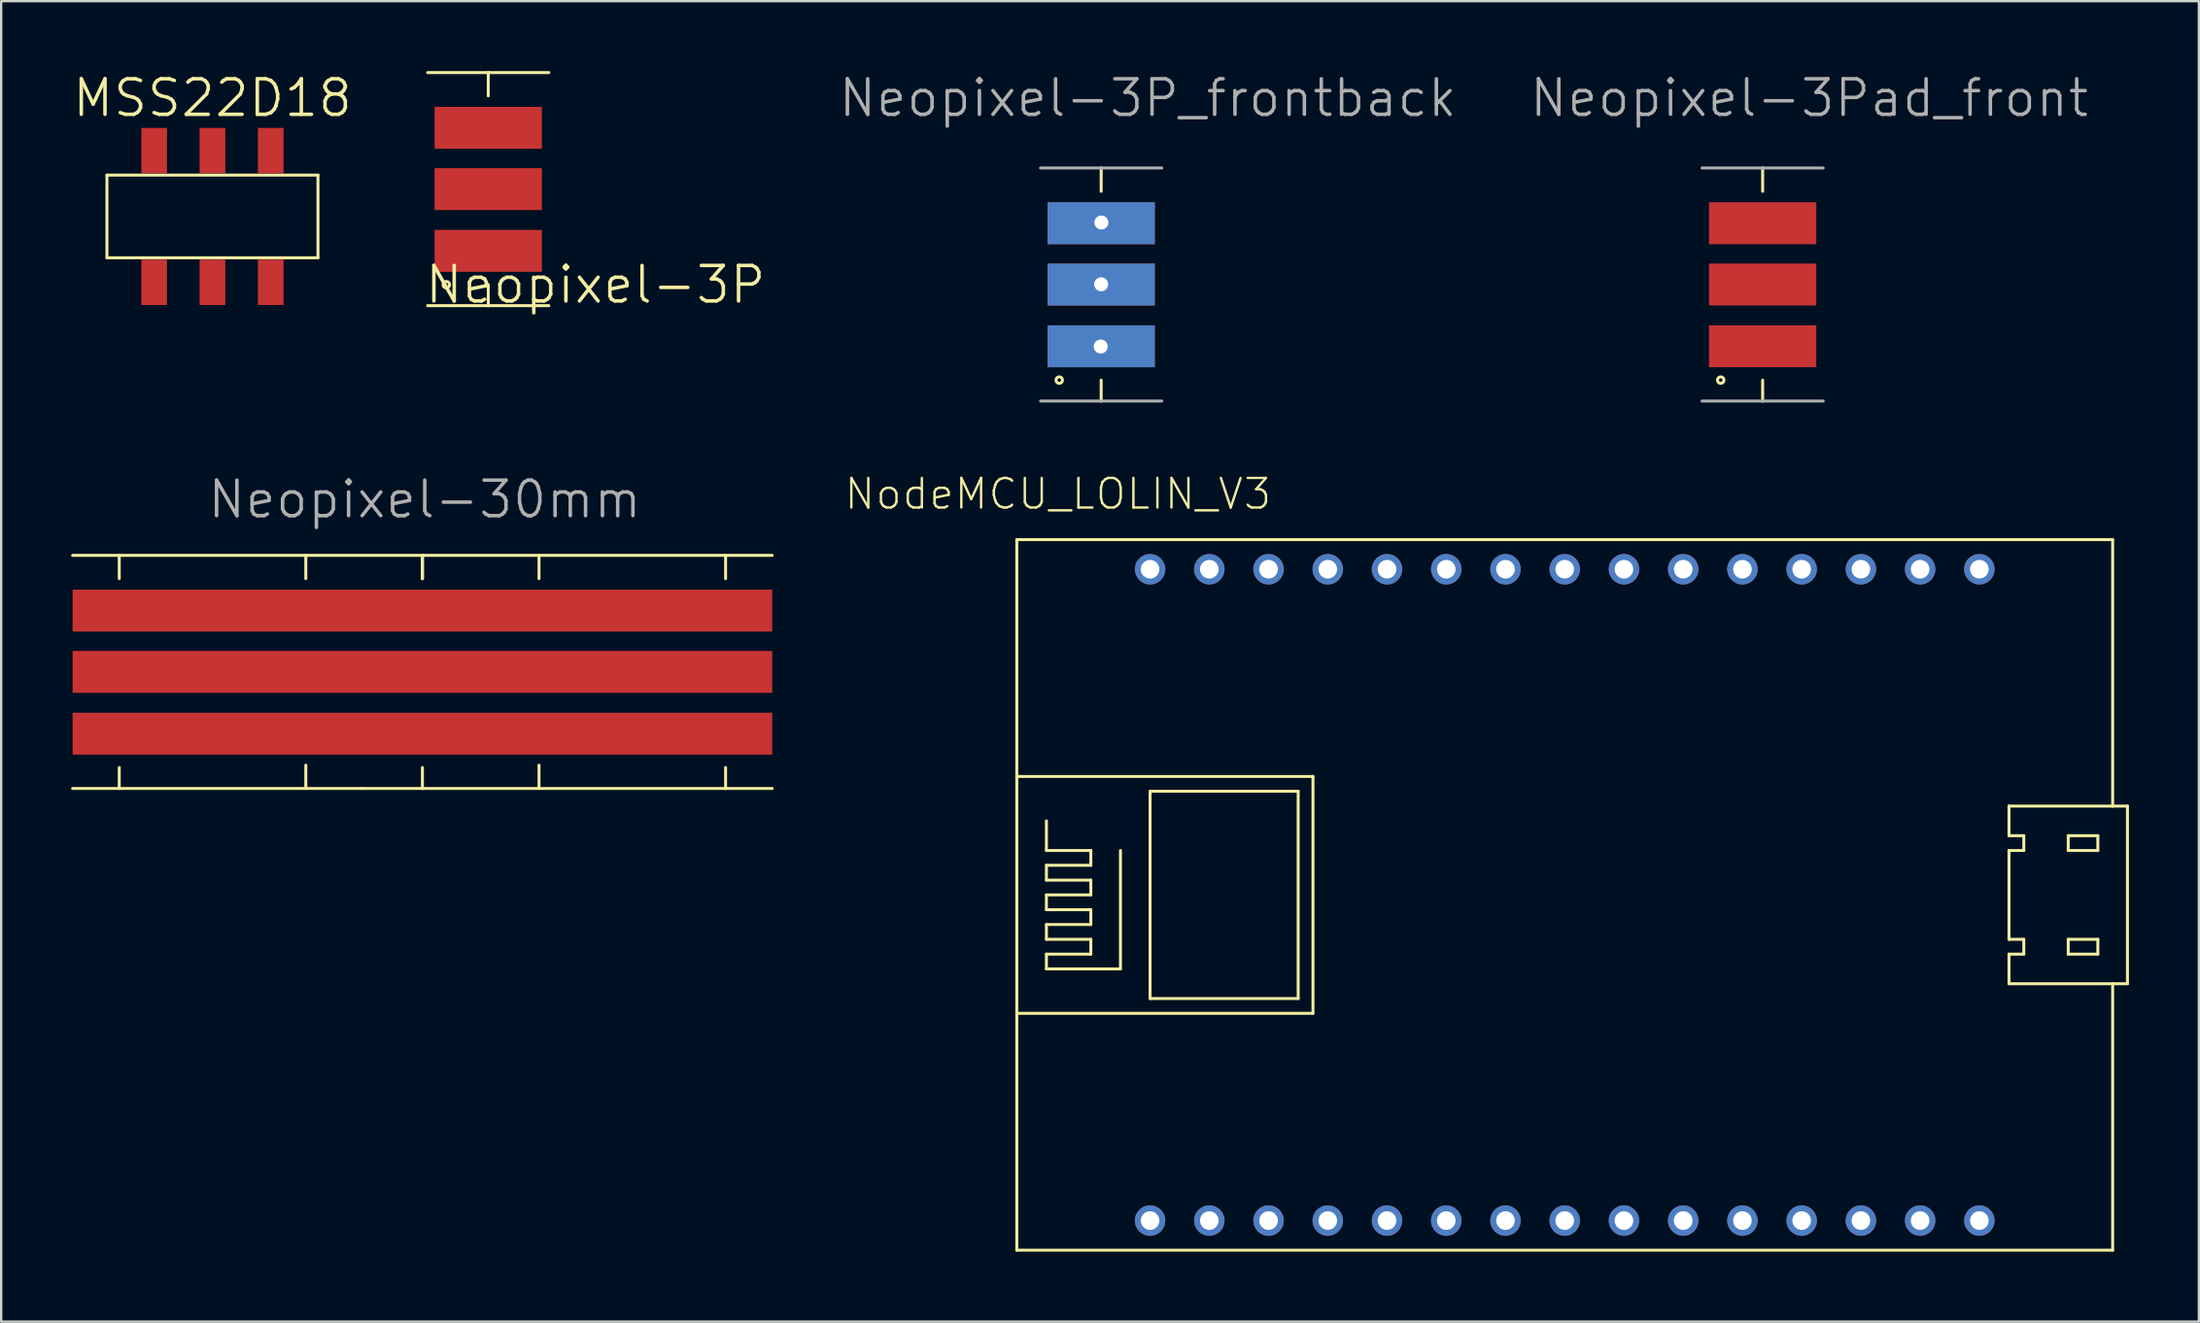
<source format=kicad_pcb>
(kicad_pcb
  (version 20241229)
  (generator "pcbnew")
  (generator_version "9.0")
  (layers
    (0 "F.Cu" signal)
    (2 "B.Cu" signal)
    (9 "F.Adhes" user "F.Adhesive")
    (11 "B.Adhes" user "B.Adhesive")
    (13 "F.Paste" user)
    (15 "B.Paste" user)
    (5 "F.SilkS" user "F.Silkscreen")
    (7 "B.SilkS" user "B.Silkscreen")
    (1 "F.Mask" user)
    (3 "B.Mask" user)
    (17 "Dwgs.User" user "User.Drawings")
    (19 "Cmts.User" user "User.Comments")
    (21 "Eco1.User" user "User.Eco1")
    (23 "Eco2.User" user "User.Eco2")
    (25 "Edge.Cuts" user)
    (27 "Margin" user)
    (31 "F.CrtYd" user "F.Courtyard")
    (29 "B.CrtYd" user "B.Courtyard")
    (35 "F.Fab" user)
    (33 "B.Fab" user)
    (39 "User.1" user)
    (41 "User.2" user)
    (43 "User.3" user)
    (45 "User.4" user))
  (footprint "Neopixel-30mm"
    (layer "F.Cu")
    (at 15.063 25.772)
    (property "Reference" "Neopixel-30mm" (at 0.1 -7.4 0) (layer "F.Fab") (effects (font (size 1.524 1.524) (thickness 0.15))))
    (attr smd)
    (fp_line (start -15 5) (end -2.6 5) (stroke (width 0.127) (type solid)) (layer "F.SilkS"))
    (fp_line (start -14.998 -4.999) (end 15 -5) (stroke (width 0.127) (type solid)) (layer "F.SilkS"))
    (fp_line (start -13 -5.001) (end -13 -4) (stroke (width 0.127) (type solid)) (layer "F.SilkS"))
    (fp_line (start -13 4.1) (end -13 4.999) (stroke (width 0.127) (type solid)) (layer "F.SilkS"))
    (fp_line (start -5 -5) (end -5 -4) (stroke (width 0.127) (type solid)) (layer "F.SilkS"))
    (fp_line (start -5 4) (end -5 5) (stroke (width 0.127) (type solid)) (layer "F.SilkS"))
    (fp_line (start -2.6 5) (end -0.002 5) (stroke (width 0.127) (type solid)) (layer "F.SilkS"))
    (fp_line (start 0 -4.999) (end 0 -3.998) (stroke (width 0.127) (type solid)) (layer "F.SilkS"))
    (fp_line (start 0 -4.999) (end 0 -3.998) (stroke (width 0.127) (type solid)) (layer "F.SilkS"))
    (fp_line (start 0 4.101) (end 0 5) (stroke (width 0.127) (type solid)) (layer "F.SilkS"))
    (fp_line (start 0 5) (end 15 5) (stroke (width 0.127) (type solid)) (layer "F.SilkS"))
    (fp_line (start 5 -5) (end 5 -4) (stroke (width 0.127) (type solid)) (layer "F.SilkS"))
    (fp_line (start 5 4) (end 5 5) (stroke (width 0.127) (type solid)) (layer "F.SilkS"))
    (fp_line (start 13 -5) (end 13 -3.999) (stroke (width 0.127) (type solid)) (layer "F.SilkS"))
    (fp_line (start 13 4.101) (end 13 5) (stroke (width 0.127) (type solid)) (layer "F.SilkS"))
    (pad "1" smd rect (at 0 2.649 180) (size 30 1.798) (layers "F.Cu" "F.Mask" "F.Paste"))
    (pad "2" smd rect (at 0 0 180) (size 30 1.798) (layers "F.Cu" "F.Mask" "F.Paste"))
    (pad "3" smd rect (at 0 -2.629 180) (size 30 1.798) (layers "F.Cu" "F.Mask" "F.Paste")))
  (footprint "Neopixel-3P"
    (layer "F.Cu")
    (at 17.886 5.062)
    (property "Reference" "Neopixel-3P" (at 4.6 4.1 0) (layer "F.SilkS") (effects (font (size 1.524 1.524) (thickness 0.15))))
    (attr smd)
    (fp_line (start -2.598 -4.999) (end 0 -4.999) (stroke (width 0.127) (type solid)) (layer "F.SilkS"))
    (fp_line (start -2.598 4.999) (end 0 4.999) (stroke (width 0.127) (type solid)) (layer "F.SilkS"))
    (fp_line (start 0 -4.999) (end 0 -3.998) (stroke (width 0.127) (type solid)) (layer "F.SilkS"))
    (fp_line (start 0 -4.999) (end 2.598 -4.999) (stroke (width 0.127) (type solid)) (layer "F.SilkS"))
    (fp_line (start 0 4.1) (end 0 4.999) (stroke (width 0.127) (type solid)) (layer "F.SilkS"))
    (fp_line (start 0 4.999) (end 2.598 4.999) (stroke (width 0.127) (type solid)) (layer "F.SilkS"))
    (fp_circle (center -1.798 4.1) (end -1.798 3.96) (stroke (width 0.127) (type solid)) (fill no) (layer "F.SilkS"))
    (pad "1" smd rect (at 0 2.649 180) (size 4.6 1.798) (layers "F.Cu" "F.Mask" "F.Paste"))
    (pad "2" smd rect (at 0 0 180) (size 4.6 1.798) (layers "F.Cu" "F.Mask" "F.Paste"))
    (pad "3" smd rect (at 0 -2.629 180) (size 4.6 1.798) (layers "F.Cu" "F.Mask" "F.Paste")))
  (footprint "Neopixel-3Pad_front"
    (layer "F.Cu")
    (at 72.532 9.155)
    (property "Reference" "Neopixel-3Pad_front" (at 2 -8 0) (layer "F.Fab") (effects (font (size 1.524 1.524) (thickness 0.15))))
    (attr smd)
    (fp_line (start 0 -4.999) (end 0 -3.998) (stroke (width 0.127) (type solid)) (layer "F.SilkS"))
    (fp_line (start 0 4.1) (end 0 4.999) (stroke (width 0.127) (type solid)) (layer "F.SilkS"))
    (fp_circle (center -1.798 4.1) (end -1.798 3.96) (stroke (width 0.127) (type solid)) (fill no) (layer "F.SilkS"))
    (fp_line (start -2.598 -4.999) (end 0 -4.999) (stroke (width 0.127) (type solid)) (layer "F.Fab"))
    (fp_line (start -2.598 4.999) (end 0 4.999) (stroke (width 0.127) (type solid)) (layer "F.Fab"))
    (fp_line (start 0 -4.999) (end 2.598 -4.999) (stroke (width 0.127) (type solid)) (layer "F.Fab"))
    (fp_line (start 0 4.999) (end 2.598 4.999) (stroke (width 0.127) (type solid)) (layer "F.Fab"))
    (pad "1" smd rect (at 0 2.649 180) (size 4.6 1.798) (layers "F.Cu" "F.Mask" "F.Paste"))
    (pad "2" smd rect (at 0 0 180) (size 4.6 1.798) (layers "F.Cu" "F.Mask" "F.Paste"))
    (pad "3" smd rect (at 0 -2.629 180) (size 4.6 1.798) (layers "F.Cu" "F.Mask" "F.Paste")))
  (footprint "Neopixel-3P_frontback"
    (layer "F.Cu")
    (at 44.168 9.155)
    (property "Reference" "Neopixel-3P_frontback" (at 2 -8 0) (layer "F.Fab") (effects (font (size 1.524 1.524) (thickness 0.15))))
    (attr smd)
    (fp_line (start 0 -4.999) (end 0 -3.998) (stroke (width 0.127) (type solid)) (layer "F.SilkS"))
    (fp_line (start 0 4.1) (end 0 4.999) (stroke (width 0.127) (type solid)) (layer "F.SilkS"))
    (fp_circle (center -1.798 4.1) (end -1.798 3.96) (stroke (width 0.127) (type solid)) (fill no) (layer "F.SilkS"))
    (fp_line (start -2.598 -4.999) (end 0 -4.999) (stroke (width 0.127) (type solid)) (layer "F.Fab"))
    (fp_line (start -2.598 4.999) (end 0 4.999) (stroke (width 0.127) (type solid)) (layer "F.Fab"))
    (fp_line (start 0 -4.999) (end 2.598 -4.999) (stroke (width 0.127) (type solid)) (layer "F.Fab"))
    (fp_line (start 0 4.999) (end 2.598 4.999) (stroke (width 0.127) (type solid)) (layer "F.Fab"))
    (pad "1" thru_hole circle (at -0.02 2.66) (size 1.524 1.524) (drill 0.6) (layers "*.Cu" "*.Mask"))
    (pad "1" smd rect (at 0 2.649 180) (size 4.6 1.798) (layers "F.Cu" "F.Mask" "F.Paste"))
    (pad "2" thru_hole circle (at 0 -0.01) (size 1.524 1.524) (drill 0.6) (layers "*.Cu" "*.Mask"))
    (pad "2" smd rect (at 0 0 180) (size 4.6 1.798) (layers "F.Cu" "F.Mask" "F.Paste"))
    (pad "3" smd rect (at 0 -2.629 180) (size 4.6 1.798) (layers "F.Cu" "F.Mask" "F.Paste"))
    (pad "3" smd rect (at 0 -2.629 180) (size 4.6 1.798) (layers "B.Cu" "B.Mask" "F.Paste"))
    (pad "3" smd rect (at 0 0 180) (size 4.6 1.798) (layers "B.Cu" "B.Mask" "F.Paste"))
    (pad "3" smd rect (at 0 2.65 180) (size 4.6 1.798) (layers "B.Cu" "B.Mask" "F.Paste"))
    (pad "3" thru_hole circle (at 0.01 -2.66) (size 1.524 1.524) (drill 0.6) (layers "*.Cu" "*.Mask")))
  (footprint "NodeMCU_LOLIN_V3"
    (layer "F.Cu")
    (at 65.315 35.338)
    (property "Reference" "NodeMCU_LOLIN_V3" (at -23 -17.2 0) (layer "F.SilkS") (effects (font (size 1.27 1.27) (thickness 0.102))))
    (attr exclude_from_pos_files exclude_from_bom)
    (fp_line (start -24.765 -15.24) (end 22.225 -15.24) (stroke (width 0.127) (type solid)) (layer "F.SilkS"))
    (fp_line (start -24.765 -5.08) (end -24.765 -15.24) (stroke (width 0.127) (type solid)) (layer "F.SilkS"))
    (fp_line (start -24.765 -5.08) (end -12.065 -5.08) (stroke (width 0.127) (type solid)) (layer "F.SilkS"))
    (fp_line (start -24.765 5.08) (end -24.765 -5.08) (stroke (width 0.127) (type solid)) (layer "F.SilkS"))
    (fp_line (start -24.765 5.08) (end -24.765 15.24) (stroke (width 0.127) (type solid)) (layer "F.SilkS"))
    (fp_line (start -24.765 15.24) (end 22.225 15.24) (stroke (width 0.127) (type solid)) (layer "F.SilkS"))
    (fp_line (start -23.495 -1.905) (end -23.495 -3.175) (stroke (width 0.127) (type solid)) (layer "F.SilkS"))
    (fp_line (start -23.495 -1.27) (end -21.59 -1.27) (stroke (width 0.127) (type solid)) (layer "F.SilkS"))
    (fp_line (start -23.495 -0.635) (end -23.495 -1.27) (stroke (width 0.127) (type solid)) (layer "F.SilkS"))
    (fp_line (start -23.495 0) (end -21.59 0) (stroke (width 0.127) (type solid)) (layer "F.SilkS"))
    (fp_line (start -23.495 0.635) (end -23.495 0) (stroke (width 0.127) (type solid)) (layer "F.SilkS"))
    (fp_line (start -23.495 1.27) (end -21.59 1.27) (stroke (width 0.127) (type solid)) (layer "F.SilkS"))
    (fp_line (start -23.495 1.905) (end -23.495 1.27) (stroke (width 0.127) (type solid)) (layer "F.SilkS"))
    (fp_line (start -23.495 2.54) (end -21.59 2.54) (stroke (width 0.127) (type solid)) (layer "F.SilkS"))
    (fp_line (start -23.495 3.175) (end -23.495 2.54) (stroke (width 0.127) (type solid)) (layer "F.SilkS"))
    (fp_line (start -21.59 -1.905) (end -23.495 -1.905) (stroke (width 0.127) (type solid)) (layer "F.SilkS"))
    (fp_line (start -21.59 -1.27) (end -21.59 -1.905) (stroke (width 0.127) (type solid)) (layer "F.SilkS"))
    (fp_line (start -21.59 -0.635) (end -23.495 -0.635) (stroke (width 0.127) (type solid)) (layer "F.SilkS"))
    (fp_line (start -21.59 0) (end -21.59 -0.635) (stroke (width 0.127) (type solid)) (layer "F.SilkS"))
    (fp_line (start -21.59 0.635) (end -23.495 0.635) (stroke (width 0.127) (type solid)) (layer "F.SilkS"))
    (fp_line (start -21.59 1.27) (end -21.59 0.635) (stroke (width 0.127) (type solid)) (layer "F.SilkS"))
    (fp_line (start -21.59 1.905) (end -23.495 1.905) (stroke (width 0.127) (type solid)) (layer "F.SilkS"))
    (fp_line (start -21.59 2.54) (end -21.59 1.905) (stroke (width 0.127) (type solid)) (layer "F.SilkS"))
    (fp_line (start -20.32 3.175) (end -23.495 3.175) (stroke (width 0.127) (type solid)) (layer "F.SilkS"))
    (fp_line (start -20.32 3.175) (end -20.32 -1.905) (stroke (width 0.127) (type solid)) (layer "F.SilkS"))
    (fp_line (start -19.05 -4.445) (end -19.05 4.445) (stroke (width 0.127) (type solid)) (layer "F.SilkS"))
    (fp_line (start -19.05 4.445) (end -12.7 4.445) (stroke (width 0.127) (type solid)) (layer "F.SilkS"))
    (fp_line (start -12.7 -4.445) (end -19.05 -4.445) (stroke (width 0.127) (type solid)) (layer "F.SilkS"))
    (fp_line (start -12.7 4.445) (end -12.7 -4.445) (stroke (width 0.127) (type solid)) (layer "F.SilkS"))
    (fp_line (start -12.065 -5.08) (end -12.065 5.08) (stroke (width 0.127) (type solid)) (layer "F.SilkS"))
    (fp_line (start -12.065 5.08) (end -24.765 5.08) (stroke (width 0.127) (type solid)) (layer "F.SilkS"))
    (fp_line (start 17.78 -3.81) (end 17.78 -2.54) (stroke (width 0.127) (type solid)) (layer "F.SilkS"))
    (fp_line (start 17.78 -2.54) (end 18.415 -2.54) (stroke (width 0.127) (type solid)) (layer "F.SilkS"))
    (fp_line (start 17.78 -1.905) (end 17.78 1.905) (stroke (width 0.127) (type solid)) (layer "F.SilkS"))
    (fp_line (start 17.78 1.905) (end 18.415 1.905) (stroke (width 0.127) (type solid)) (layer "F.SilkS"))
    (fp_line (start 17.78 2.54) (end 17.78 3.81) (stroke (width 0.127) (type solid)) (layer "F.SilkS"))
    (fp_line (start 17.78 3.81) (end 22.225 3.81) (stroke (width 0.127) (type solid)) (layer "F.SilkS"))
    (fp_line (start 18.415 -2.54) (end 18.415 -1.905) (stroke (width 0.127) (type solid)) (layer "F.SilkS"))
    (fp_line (start 18.415 -1.905) (end 17.78 -1.905) (stroke (width 0.127) (type solid)) (layer "F.SilkS"))
    (fp_line (start 18.415 1.905) (end 18.415 2.54) (stroke (width 0.127) (type solid)) (layer "F.SilkS"))
    (fp_line (start 18.415 2.54) (end 17.78 2.54) (stroke (width 0.127) (type solid)) (layer "F.SilkS"))
    (fp_line (start 20.32 -2.54) (end 21.59 -2.54) (stroke (width 0.127) (type solid)) (layer "F.SilkS"))
    (fp_line (start 20.32 -1.905) (end 20.32 -2.54) (stroke (width 0.127) (type solid)) (layer "F.SilkS"))
    (fp_line (start 20.32 1.905) (end 21.59 1.905) (stroke (width 0.127) (type solid)) (layer "F.SilkS"))
    (fp_line (start 20.32 2.54) (end 20.32 1.905) (stroke (width 0.127) (type solid)) (layer "F.SilkS"))
    (fp_line (start 21.59 -2.54) (end 21.59 -1.905) (stroke (width 0.127) (type solid)) (layer "F.SilkS"))
    (fp_line (start 21.59 -1.905) (end 20.32 -1.905) (stroke (width 0.127) (type solid)) (layer "F.SilkS"))
    (fp_line (start 21.59 1.905) (end 21.59 2.54) (stroke (width 0.127) (type solid)) (layer "F.SilkS"))
    (fp_line (start 21.59 2.54) (end 20.32 2.54) (stroke (width 0.127) (type solid)) (layer "F.SilkS"))
    (fp_line (start 22.225 -15.24) (end 22.225 -3.81) (stroke (width 0.127) (type solid)) (layer "F.SilkS"))
    (fp_line (start 22.225 -3.81) (end 17.78 -3.81) (stroke (width 0.127) (type solid)) (layer "F.SilkS"))
    (fp_line (start 22.225 3.81) (end 22.86 3.81) (stroke (width 0.127) (type solid)) (layer "F.SilkS"))
    (fp_line (start 22.225 15.24) (end 22.225 3.81) (stroke (width 0.127) (type solid)) (layer "F.SilkS"))
    (fp_line (start 22.86 -3.81) (end 22.225 -3.81) (stroke (width 0.127) (type solid)) (layer "F.SilkS"))
    (fp_line (start 22.86 -3.81) (end 22.86 3.81) (stroke (width 0.127) (type solid)) (layer "F.SilkS"))
    (pad "3V" thru_hole circle (at -6.35 -13.97) (size 1.306 1.306) (drill 0.798) (layers "*.Cu" "*.Paste" "*.Mask"))
    (pad "3V1" thru_hole circle (at 16.51 -13.97) (size 1.306 1.306) (drill 0.798) (layers "*.Cu" "*.Paste" "*.Mask"))
    (pad "3V2" thru_hole circle (at 6.35 13.97) (size 1.306 1.306) (drill 0.798) (layers "*.Cu" "*.Paste" "*.Mask"))
    (pad "A0" thru_hole circle (at -19.05 13.97) (size 1.306 1.306) (drill 0.798) (layers "*.Cu" "*.Paste" "*.Mask"))
    (pad "D0" thru_hole circle (at -19.05 -13.97) (size 1.306 1.306) (drill 0.798) (layers "*.Cu" "*.Paste" "*.Mask"))
    (pad "D1" thru_hole circle (at -16.51 -13.97) (size 1.306 1.306) (drill 0.798) (layers "*.Cu" "*.Paste" "*.Mask"))
    (pad "D2" thru_hole circle (at -13.97 -13.97) (size 1.306 1.306) (drill 0.798) (layers "*.Cu" "*.Paste" "*.Mask"))
    (pad "D3" thru_hole circle (at -11.43 -13.97) (size 1.306 1.306) (drill 0.798) (layers "*.Cu" "*.Paste" "*.Mask"))
    (pad "D4" thru_hole circle (at -8.89 -13.97) (size 1.306 1.306) (drill 0.798) (layers "*.Cu" "*.Paste" "*.Mask"))
    (pad "D5" thru_hole circle (at -1.27 -13.97) (size 1.306 1.306) (drill 0.798) (layers "*.Cu" "*.Paste" "*.Mask"))
    (pad "D6" thru_hole circle (at 1.27 -13.97) (size 1.306 1.306) (drill 0.798) (layers "*.Cu" "*.Paste" "*.Mask"))
    (pad "D7" thru_hole circle (at 3.81 -13.97) (size 1.306 1.306) (drill 0.798) (layers "*.Cu" "*.Paste" "*.Mask"))
    (pad "D8" thru_hole circle (at 6.35 -13.97) (size 1.306 1.306) (drill 0.798) (layers "*.Cu" "*.Paste" "*.Mask"))
    (pad "EN" thru_hole circle (at 8.89 13.97) (size 1.306 1.306) (drill 0.798) (layers "*.Cu" "*.Paste" "*.Mask"))
    (pad "G" thru_hole circle (at -3.81 -13.97) (size 1.306 1.306) (drill 0.798) (layers "*.Cu" "*.Paste" "*.Mask"))
    (pad "G1" thru_hole circle (at 13.97 -13.97) (size 1.306 1.306) (drill 0.798) (layers "*.Cu" "*.Paste" "*.Mask"))
    (pad "G2" thru_hole circle (at 13.97 13.97) (size 1.306 1.306) (drill 0.798) (layers "*.Cu" "*.Paste" "*.Mask"))
    (pad "G3" thru_hole circle (at 3.81 13.97) (size 1.306 1.306) (drill 0.798) (layers "*.Cu" "*.Paste" "*.Mask"))
    (pad "G4" thru_hole circle (at -16.51 13.97) (size 1.306 1.306) (drill 0.798) (layers "*.Cu" "*.Paste" "*.Mask"))
    (pad "RST" thru_hole circle (at 11.43 13.97) (size 1.306 1.306) (drill 0.798) (layers "*.Cu" "*.Paste" "*.Mask"))
    (pad "RX" thru_hole circle (at 8.89 -13.97) (size 1.306 1.306) (drill 0.798) (layers "*.Cu" "*.Paste" "*.Mask"))
    (pad "S0" thru_hole circle (at -1.27 13.97) (size 1.306 1.306) (drill 0.798) (layers "*.Cu" "*.Paste" "*.Mask"))
    (pad "S1" thru_hole circle (at -6.35 13.97) (size 1.306 1.306) (drill 0.798) (layers "*.Cu" "*.Paste" "*.Mask"))
    (pad "S2" thru_hole circle (at -8.89 13.97) (size 1.306 1.306) (drill 0.798) (layers "*.Cu" "*.Paste" "*.Mask"))
    (pad "S3" thru_hole circle (at -11.43 13.97) (size 1.306 1.306) (drill 0.798) (layers "*.Cu" "*.Paste" "*.Mask"))
    (pad "SC" thru_hole circle (at -3.81 13.97) (size 1.306 1.306) (drill 0.798) (layers "*.Cu" "*.Paste" "*.Mask"))
    (pad "SK" thru_hole circle (at 1.27 13.97) (size 1.306 1.306) (drill 0.798) (layers "*.Cu" "*.Paste" "*.Mask"))
    (pad "TX" thru_hole circle (at 11.43 -13.97) (size 1.306 1.306) (drill 0.798) (layers "*.Cu" "*.Paste" "*.Mask"))
    (pad "VIN" thru_hole circle (at 16.51 13.97) (size 1.306 1.306) (drill 0.798) (layers "*.Cu" "*.Paste" "*.Mask"))
    (pad "VV" thru_hole circle (at -13.97 13.97) (size 1.306 1.306) (drill 0.798) (layers "*.Cu" "*.Paste" "*.Mask")))
  (footprint "MSS22D18"
    (layer "F.Cu")
    (at 6.06 6.235)
    (property "Reference" "MSS22D18" (at 0 -5.08 0) (layer "F.SilkS") (effects (font (size 1.524 1.524) (thickness 0.15))))
    (attr smd)
    (fp_line (start -4.524 -1.773) (end -4.524 1.773) (stroke (width 0.127) (type solid)) (layer "F.SilkS"))
    (fp_line (start -4.524 1.773) (end 4.524 1.773) (stroke (width 0.127) (type solid)) (layer "F.SilkS"))
    (fp_line (start 4.524 -1.773) (end -4.524 -1.773) (stroke (width 0.127) (type solid)) (layer "F.SilkS"))
    (fp_line (start 4.524 1.773) (end 4.524 -1.773) (stroke (width 0.127) (type solid)) (layer "F.SilkS"))
    (pad "P1" smd rect (at 0 -2.824 90) (size 1.948 1.1) (layers "F.Cu" "F.Mask" "F.Paste"))
    (pad "P2" smd rect (at 0 2.824 90) (size 1.948 1.1) (layers "F.Cu" "F.Mask" "F.Paste"))
    (pad "T1A" smd rect (at -2.499 -2.824 90) (size 1.948 1.1) (layers "F.Cu" "F.Mask" "F.Paste"))
    (pad "T1B" smd rect (at 2.499 -2.824 90) (size 1.948 1.1) (layers "F.Cu" "F.Mask" "F.Paste"))
    (pad "T2A" smd rect (at -2.499 2.824 90) (size 1.948 1.1) (layers "F.Cu" "F.Mask" "F.Paste"))
    (pad "T2B" smd rect (at 2.499 2.824 90) (size 1.948 1.1) (layers "F.Cu" "F.Mask" "F.Paste")))
  (gr_rect
    (start -3 -3)
    (end 91.238 53.642)
    (stroke (width 0.1) (type default))
    (fill no)
    (layer "Edge.Cuts")))
</source>
